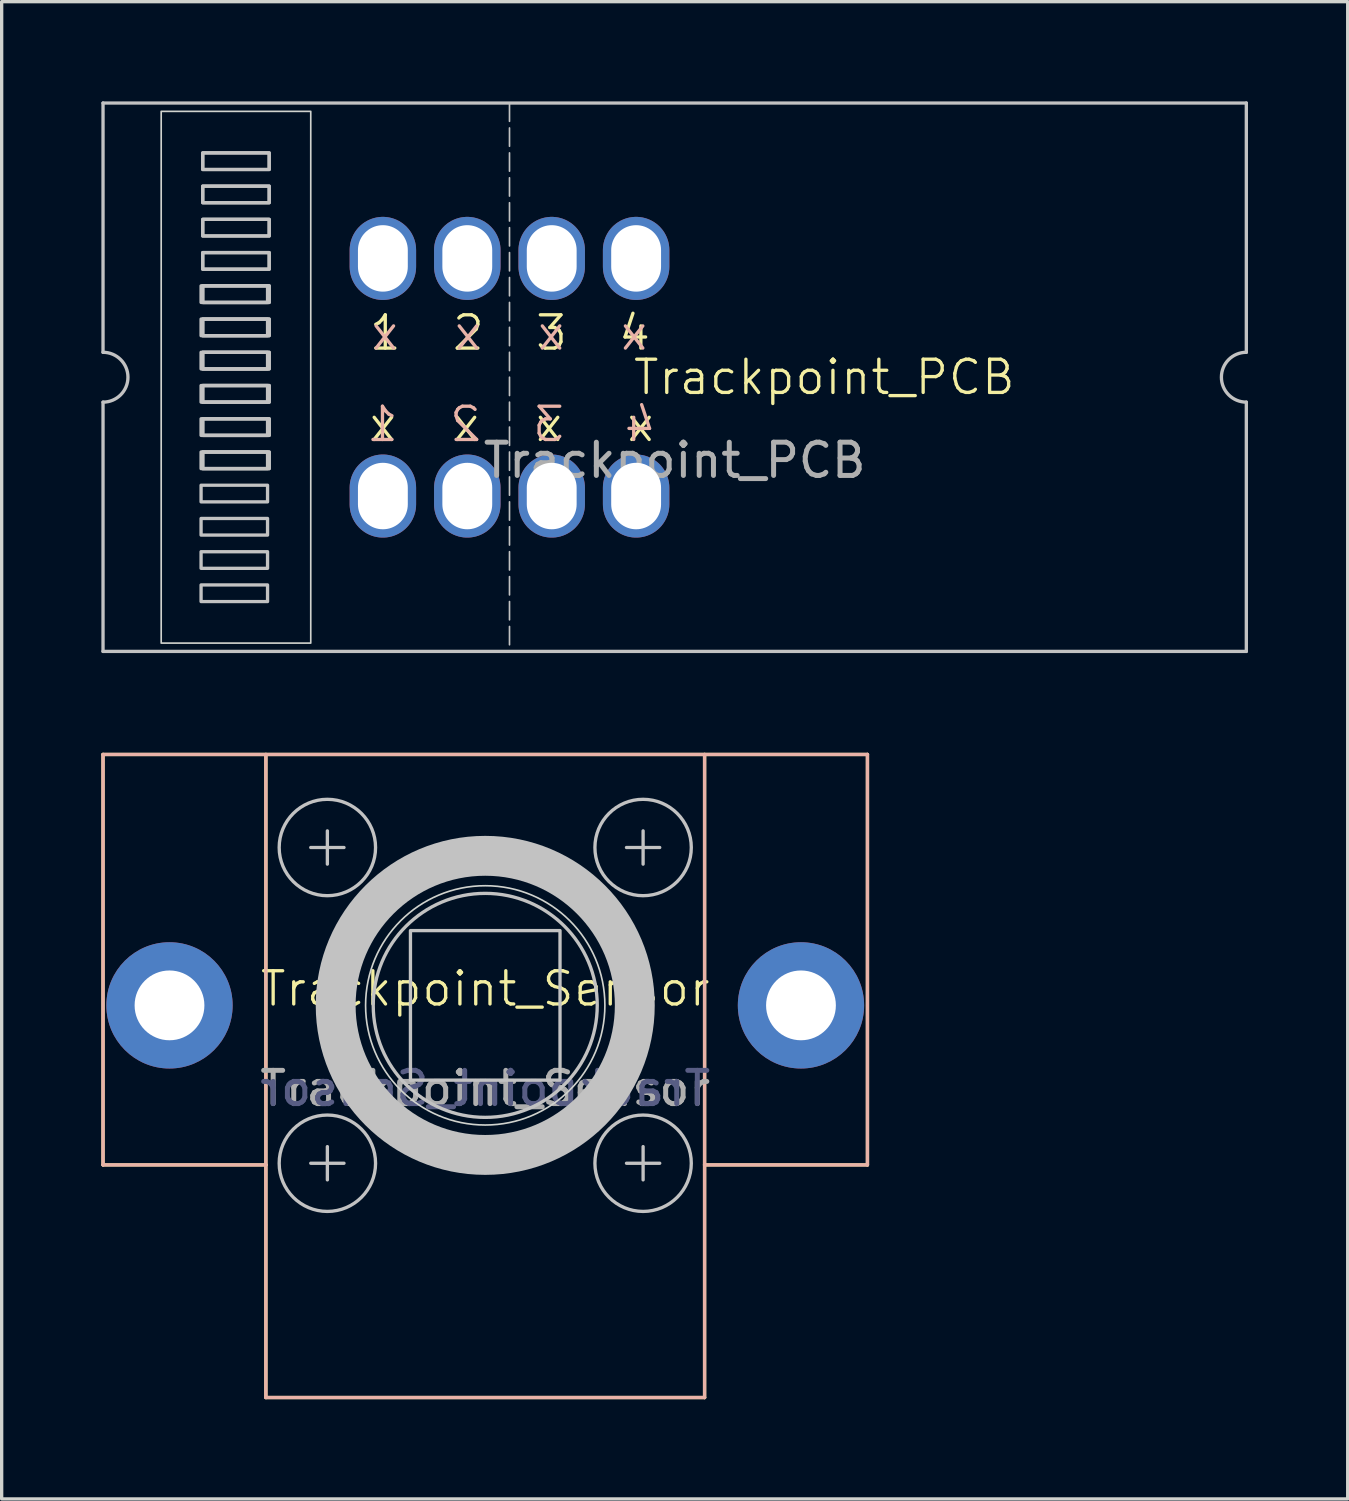
<source format=kicad_pcb>
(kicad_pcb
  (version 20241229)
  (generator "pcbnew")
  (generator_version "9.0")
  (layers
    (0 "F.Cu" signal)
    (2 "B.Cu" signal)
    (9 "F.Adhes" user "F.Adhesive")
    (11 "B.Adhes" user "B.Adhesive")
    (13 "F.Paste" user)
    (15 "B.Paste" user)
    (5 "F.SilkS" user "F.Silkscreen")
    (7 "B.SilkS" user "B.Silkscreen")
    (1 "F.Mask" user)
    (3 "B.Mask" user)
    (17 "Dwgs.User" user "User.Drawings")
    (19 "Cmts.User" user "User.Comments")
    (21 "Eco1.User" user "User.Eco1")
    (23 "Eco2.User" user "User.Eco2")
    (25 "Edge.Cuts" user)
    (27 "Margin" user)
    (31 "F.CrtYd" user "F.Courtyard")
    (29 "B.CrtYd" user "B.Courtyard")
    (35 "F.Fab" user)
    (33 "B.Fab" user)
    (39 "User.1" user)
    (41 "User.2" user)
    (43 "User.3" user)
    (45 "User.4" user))
  (footprint "Trackpoint_Sensor"
    (layer "F.Cu")
    (at 11.55 27.2)
    (property "Reference" "Trackpoint_Sensor" (at 0 -0.5 0) (unlocked yes) (layer "F.SilkS") (effects (font (size 1 1) (thickness 0.1))))
    (attr through_hole)
    (fp_line (start -11.5 -7.55) (end -11.5 4.8) (stroke (width 0.1) (type default)) (layer "F.SilkS"))
    (fp_line (start -11.5 -7.55) (end 11.5 -7.55) (stroke (width 0.1) (type default)) (layer "F.SilkS"))
    (fp_line (start -6.6 4.8) (end -11.5 4.8) (stroke (width 0.1) (type default)) (layer "F.SilkS"))
    (fp_line (start -6.6 4.8) (end -6.6 -7.55) (stroke (width 0.1) (type default)) (layer "F.SilkS"))
    (fp_line (start -6.6 11.8) (end -6.6 4.8) (stroke (width 0.1) (type default)) (layer "F.SilkS"))
    (fp_line (start -6.6 11.8) (end 6.6 11.8) (stroke (width 0.1) (type default)) (layer "F.SilkS"))
    (fp_line (start 6.6 4.8) (end 6.6 -7.55) (stroke (width 0.1) (type default)) (layer "F.SilkS"))
    (fp_line (start 6.6 4.8) (end 11.5 4.8) (stroke (width 0.1) (type default)) (layer "F.SilkS"))
    (fp_line (start 6.6 11.8) (end 6.6 4.8) (stroke (width 0.1) (type default)) (layer "F.SilkS"))
    (fp_line (start 11.5 -7.55) (end 11.5 4.8) (stroke (width 0.1) (type default)) (layer "F.SilkS"))
    (fp_line (start -11.5 -7.55) (end -11.5 4.8) (stroke (width 0.1) (type default)) (layer "B.SilkS"))
    (fp_line (start -6.6 4.8) (end -11.5 4.8) (stroke (width 0.1) (type default)) (layer "B.SilkS"))
    (fp_line (start -6.6 4.8) (end -6.6 -7.55) (stroke (width 0.1) (type default)) (layer "B.SilkS"))
    (fp_line (start -6.6 11.8) (end -6.6 4.8) (stroke (width 0.1) (type default)) (layer "B.SilkS"))
    (fp_line (start 6.6 4.8) (end 6.6 -7.55) (stroke (width 0.1) (type default)) (layer "B.SilkS"))
    (fp_line (start 6.6 4.8) (end 11.5 4.8) (stroke (width 0.1) (type default)) (layer "B.SilkS"))
    (fp_line (start 6.6 11.8) (end -6.6 11.8) (stroke (width 0.1) (type default)) (layer "B.SilkS"))
    (fp_line (start 6.6 11.8) (end 6.6 4.8) (stroke (width 0.1) (type default)) (layer "B.SilkS"))
    (fp_line (start 11.5 -7.55) (end -11.5 -7.55) (stroke (width 0.1) (type default)) (layer "B.SilkS"))
    (fp_line (start 11.5 -7.55) (end 11.5 4.8) (stroke (width 0.1) (type default)) (layer "B.SilkS"))
    (fp_line (start -5.25 -4.75) (end -4.25 -4.75) (stroke (width 0.1) (type default)) (layer "Dwgs.User"))
    (fp_line (start -5.25 4.75) (end -4.25 4.75) (stroke (width 0.1) (type default)) (layer "Dwgs.User"))
    (fp_line (start -4.75 -4.25) (end -4.75 -5.25) (stroke (width 0.1) (type default)) (layer "Dwgs.User"))
    (fp_line (start -4.75 4.25) (end -4.75 5.25) (stroke (width 0.1) (type default)) (layer "Dwgs.User"))
    (fp_line (start 4.25 -4.75) (end 5.25 -4.75) (stroke (width 0.1) (type default)) (layer "Dwgs.User"))
    (fp_line (start 4.25 4.75) (end 5.25 4.75) (stroke (width 0.1) (type default)) (layer "Dwgs.User"))
    (fp_line (start 4.75 -4.25) (end 4.75 -5.25) (stroke (width 0.1) (type default)) (layer "Dwgs.User"))
    (fp_line (start 4.75 5.25) (end 4.75 4.25) (stroke (width 0.1) (type default)) (layer "Dwgs.User"))
    (fp_rect (start -2.25 -2.25) (end 2.25 2.25) (stroke (width 0.1) (type default)) (fill no) (layer "Dwgs.User"))
    (fp_circle (center -4.75 -4.75) (end -6.2 -4.75) (stroke (width 0.1) (type default)) (fill no) (layer "Dwgs.User"))
    (fp_circle (center -4.75 4.75) (end -3.3 4.75) (stroke (width 0.1) (type default)) (fill no) (layer "Dwgs.User"))
    (fp_circle (center 0 0) (end 3.37 0) (stroke (width 0.1) (type default)) (fill no) (layer "Dwgs.User"))
    (fp_circle (center 0 0) (end 4.5 0) (stroke (width 1.2) (type solid)) (fill no) (layer "Dwgs.User"))
    (fp_circle (center 4.75 -4.75) (end 3.3 -4.75) (stroke (width 0.1) (type default)) (fill no) (layer "Dwgs.User"))
    (fp_circle (center 4.75 4.75) (end 6.2 4.75) (stroke (width 0.1) (type default)) (fill no) (layer "Dwgs.User"))
    (fp_circle (center 0 0) (end 3.6 0) (stroke (width 0.05) (type default)) (fill no) (layer "Edge.Cuts"))
    (fp_text user "${REFERENCE}" (at 0 2.5 0) (unlocked yes) (layer "B.Fab") (effects (font (size 1 1) (thickness 0.15)) (justify mirror)))
    (fp_text user "${REFERENCE}" (at 0 2.5 0) (unlocked yes) (layer "F.Fab") (effects (font (size 1 1) (thickness 0.15))))
    (pad "" thru_hole circle (at -9.5 0) (size 3.8 3.8) (drill 2.1) (layers "*.Cu" "*.Mask"))
    (pad "" thru_hole circle (at 9.5 0) (size 3.8 3.8) (drill 2.1) (layers "*.Cu" "*.Mask")))
  (footprint "Trackpoint_PCB"
    (layer "F.Cu")
    (at 17.25 8.3)
    (property "Reference" "Trackpoint_PCB" (at 4.5 0 0) (unlocked yes) (layer "F.SilkS") (effects (font (size 1 1) (thickness 0.1))))
    (attr smd)
    (fp_line (start -17.2 -8.25) (end -17.2 -0.75) (stroke (width 0.1) (type default)) (layer "Dwgs.User"))
    (fp_line (start -17.2 0.75) (end -17.2 8.25) (stroke (width 0.1) (type default)) (layer "Dwgs.User"))
    (fp_line (start -17.2 8.25) (end 17.2 8.25) (stroke (width 0.1) (type default)) (layer "Dwgs.User"))
    (fp_line (start -4.97 -8.25) (end -4.97 8.25) (stroke (width 0.05) (type dash)) (layer "Dwgs.User"))
    (fp_line (start 17.2 -8.25) (end -17.2 -8.25) (stroke (width 0.1) (type default)) (layer "Dwgs.User"))
    (fp_line (start 17.2 -0.75) (end 17.2 -8.25) (stroke (width 0.1) (type default)) (layer "Dwgs.User"))
    (fp_line (start 17.2 8.25) (end 17.2 0.75) (stroke (width 0.1) (type default)) (layer "Dwgs.User"))
    (fp_rect (start -14.25 -2.75) (end -12.25 -2.25) (stroke (width 0.1) (type solid)) (fill no) (layer "Dwgs.User"))
    (fp_rect (start -14.25 -1.75) (end -12.25 -1.25) (stroke (width 0.1) (type solid)) (fill no) (layer "Dwgs.User"))
    (fp_rect (start -14.25 -0.75) (end -12.25 -0.25) (stroke (width 0.1) (type solid)) (fill no) (layer "Dwgs.User"))
    (fp_rect (start -14.25 0.25) (end -12.25 0.75) (stroke (width 0.1) (type solid)) (fill no) (layer "Dwgs.User"))
    (fp_rect (start -14.25 1.25) (end -12.25 1.75) (stroke (width 0.1) (type solid)) (fill no) (layer "Dwgs.User"))
    (fp_rect (start -14.25 2.25) (end -12.25 2.75) (stroke (width 0.1) (type solid)) (fill no) (layer "Dwgs.User"))
    (fp_rect (start -14.25 3.25) (end -12.25 3.75) (stroke (width 0.1) (type solid)) (fill no) (layer "Dwgs.User"))
    (fp_rect (start -14.25 4.25) (end -12.25 4.75) (stroke (width 0.1) (type solid)) (fill no) (layer "Dwgs.User"))
    (fp_rect (start -14.25 5.25) (end -12.25 5.75) (stroke (width 0.1) (type solid)) (fill no) (layer "Dwgs.User"))
    (fp_rect (start -14.25 6.25) (end -12.25 6.75) (stroke (width 0.1) (type solid)) (fill no) (layer "Dwgs.User"))
    (fp_rect (start -14.2 -6.75) (end -12.2 -6.25) (stroke (width 0.1) (type solid)) (fill no) (layer "Dwgs.User"))
    (fp_rect (start -14.2 -5.75) (end -12.2 -5.25) (stroke (width 0.1) (type solid)) (fill no) (layer "Dwgs.User"))
    (fp_rect (start -14.2 -4.75) (end -12.2 -4.25) (stroke (width 0.1) (type solid)) (fill no) (layer "Dwgs.User"))
    (fp_rect (start -14.2 -3.75) (end -12.2 -3.25) (stroke (width 0.1) (type solid)) (fill no) (layer "Dwgs.User"))
    (fp_rect (start -14.2 -2.75) (end -12.2 -2.25) (stroke (width 0.1) (type solid)) (fill no) (layer "Dwgs.User"))
    (fp_rect (start -14.2 -1.75) (end -12.2 -1.25) (stroke (width 0.1) (type solid)) (fill no) (layer "Dwgs.User"))
    (fp_rect (start -14.2 -0.75) (end -12.2 -0.25) (stroke (width 0.1) (type solid)) (fill no) (layer "Dwgs.User"))
    (fp_rect (start -14.2 0.25) (end -12.2 0.75) (stroke (width 0.1) (type solid)) (fill no) (layer "Dwgs.User"))
    (fp_rect (start -14.2 1.25) (end -12.2 1.75) (stroke (width 0.1) (type solid)) (fill no) (layer "Dwgs.User"))
    (fp_rect (start -14.2 2.25) (end -12.2 2.75) (stroke (width 0.1) (type solid)) (fill no) (layer "Dwgs.User"))
    (fp_rect (start -12.2 -6.75) (end -14.2 -6.25) (stroke (width 0.1) (type solid)) (fill no) (layer "Dwgs.User"))
    (fp_rect (start -12.2 -5.75) (end -14.2 -5.25) (stroke (width 0.1) (type solid)) (fill no) (layer "Dwgs.User"))
    (fp_rect (start -12.2 -4.75) (end -14.2 -4.25) (stroke (width 0.1) (type solid)) (fill no) (layer "Dwgs.User"))
    (fp_rect (start -12.2 -3.75) (end -14.2 -3.25) (stroke (width 0.1) (type solid)) (fill no) (layer "Dwgs.User"))
    (fp_rect (start -12.2 -2.75) (end -14.2 -2.25) (stroke (width 0.1) (type solid)) (fill no) (layer "Dwgs.User"))
    (fp_rect (start -12.2 -1.75) (end -14.2 -1.25) (stroke (width 0.1) (type solid)) (fill no) (layer "Dwgs.User"))
    (fp_rect (start -12.2 -0.75) (end -14.2 -0.25) (stroke (width 0.1) (type solid)) (fill no) (layer "Dwgs.User"))
    (fp_rect (start -12.2 0.25) (end -14.2 0.75) (stroke (width 0.1) (type solid)) (fill no) (layer "Dwgs.User"))
    (fp_rect (start -12.2 1.25) (end -14.2 1.75) (stroke (width 0.1) (type solid)) (fill no) (layer "Dwgs.User"))
    (fp_rect (start -12.2 2.25) (end -14.2 2.75) (stroke (width 0.1) (type solid)) (fill no) (layer "Dwgs.User"))
    (fp_arc (start -17.2 -0.75) (mid -16.45 0) (end -17.2 0.75) (stroke (width 0.1) (type default)) (layer "Dwgs.User"))
    (fp_arc (start 17.2 0.75) (mid 16.45 0) (end 17.2 -0.75) (stroke (width 0.1) (type default)) (layer "Dwgs.User"))
    (fp_rect (start -15.45 -8) (end -10.95 8) (stroke (width 0.05) (type default)) (fill no) (layer "Edge.Cuts"))
    (fp_text user "2" (at -6.75 -0.75 0) (unlocked yes) (layer "F.SilkS") (effects (font (size 1 1) (thickness 0.1)) (justify left bottom)))
    (fp_text user "x" (at -6.75 2 0) (unlocked yes) (layer "F.SilkS") (effects (font (size 1 1) (thickness 0.1)) (justify left bottom)))
    (fp_text user "x" (at -4.25 2 0) (unlocked yes) (layer "F.SilkS") (effects (font (size 1 1) (thickness 0.1)) (justify left bottom)))
    (fp_text user "4" (at -1.75 -0.75 0) (unlocked yes) (layer "F.SilkS") (effects (font (size 1 1) (thickness 0.1)) (justify left bottom)))
    (fp_text user "x" (at -9.25 2 0) (unlocked yes) (layer "F.SilkS") (effects (font (size 1 1) (thickness 0.1)) (justify left bottom)))
    (fp_text user "1" (at -9.25 -0.75 0) (unlocked yes) (layer "F.SilkS") (effects (font (size 1 1) (thickness 0.1)) (justify left bottom)))
    (fp_text user "x" (at -1.5 2 0) (unlocked yes) (layer "F.SilkS") (effects (font (size 1 1) (thickness 0.1)) (justify left bottom)))
    (fp_text user "3" (at -4.25 -0.75 0) (unlocked yes) (layer "F.SilkS") (effects (font (size 1 1) (thickness 0.1)) (justify left bottom)))
    (fp_text user "1" (at -8.25 2 0) (unlocked yes) (layer "B.SilkS") (effects (font (size 1 1) (thickness 0.1)) (justify left bottom mirror)))
    (fp_text user "3" (at -3.25 2 0) (unlocked yes) (layer "B.SilkS") (effects (font (size 1 1) (thickness 0.1)) (justify left bottom mirror)))
    (fp_text user "x" (at -3.25 -0.75 0) (unlocked yes) (layer "B.SilkS") (effects (font (size 1 1) (thickness 0.1)) (justify left bottom mirror)))
    (fp_text user "x" (at -0.75 -0.75 0) (unlocked yes) (layer "B.SilkS") (effects (font (size 1 1) (thickness 0.1)) (justify left bottom mirror)))
    (fp_text user "x" (at -5.75 -0.75 0) (unlocked yes) (layer "B.SilkS") (effects (font (size 1 1) (thickness 0.1)) (justify left bottom mirror)))
    (fp_text user "x" (at -8.25 -0.75 0) (unlocked yes) (layer "B.SilkS") (effects (font (size 1 1) (thickness 0.1)) (justify left bottom mirror)))
    (fp_text user "2" (at -5.75 2 0) (unlocked yes) (layer "B.SilkS") (effects (font (size 1 1) (thickness 0.1)) (justify left bottom mirror)))
    (fp_text user "4" (at -0.5 2 0) (unlocked yes) (layer "B.SilkS") (effects (font (size 1 1) (thickness 0.1)) (justify left bottom mirror)))
    (fp_text user "${REFERENCE}" (at 0 2.5 0) (unlocked yes) (layer "F.Fab") (effects (font (size 1 1) (thickness 0.15))))
    (pad "1" thru_hole oval (at -8.78 -3.575 90) (size 2.5 2) (drill oval 2 1.5) (layers "*.Cu" "*.Mask"))
    (pad "1" thru_hole oval (at -8.78 3.575 90) (size 2.5 2) (drill oval 2 1.5) (layers "*.Cu" "*.Mask"))
    (pad "2" thru_hole oval (at -6.24 -3.575 90) (size 2.5 2) (drill oval 2 1.5) (layers "*.Cu" "*.Mask"))
    (pad "2" thru_hole oval (at -6.24 3.575 90) (size 2.5 2) (drill oval 2 1.5) (layers "*.Cu" "*.Mask"))
    (pad "3" thru_hole oval (at -3.7 -3.575 90) (size 2.5 2) (drill oval 2 1.5) (layers "*.Cu" "*.Mask"))
    (pad "3" thru_hole oval (at -3.7 3.575 90) (size 2.5 2) (drill oval 2 1.5) (layers "*.Cu" "*.Mask"))
    (pad "4" thru_hole oval (at -1.16 -3.575 90) (size 2.5 2) (drill oval 2 1.5) (layers "*.Cu" "*.Mask"))
    (pad "4" thru_hole oval (at -1.16 3.575 90) (size 2.5 2) (drill oval 2 1.5) (layers "*.Cu" "*.Mask")))
  (gr_rect
    (start -3 -3)
    (end 37.5 42.05)
    (stroke (width 0.1) (type default))
    (fill no)
    (layer "Edge.Cuts")))
</source>
